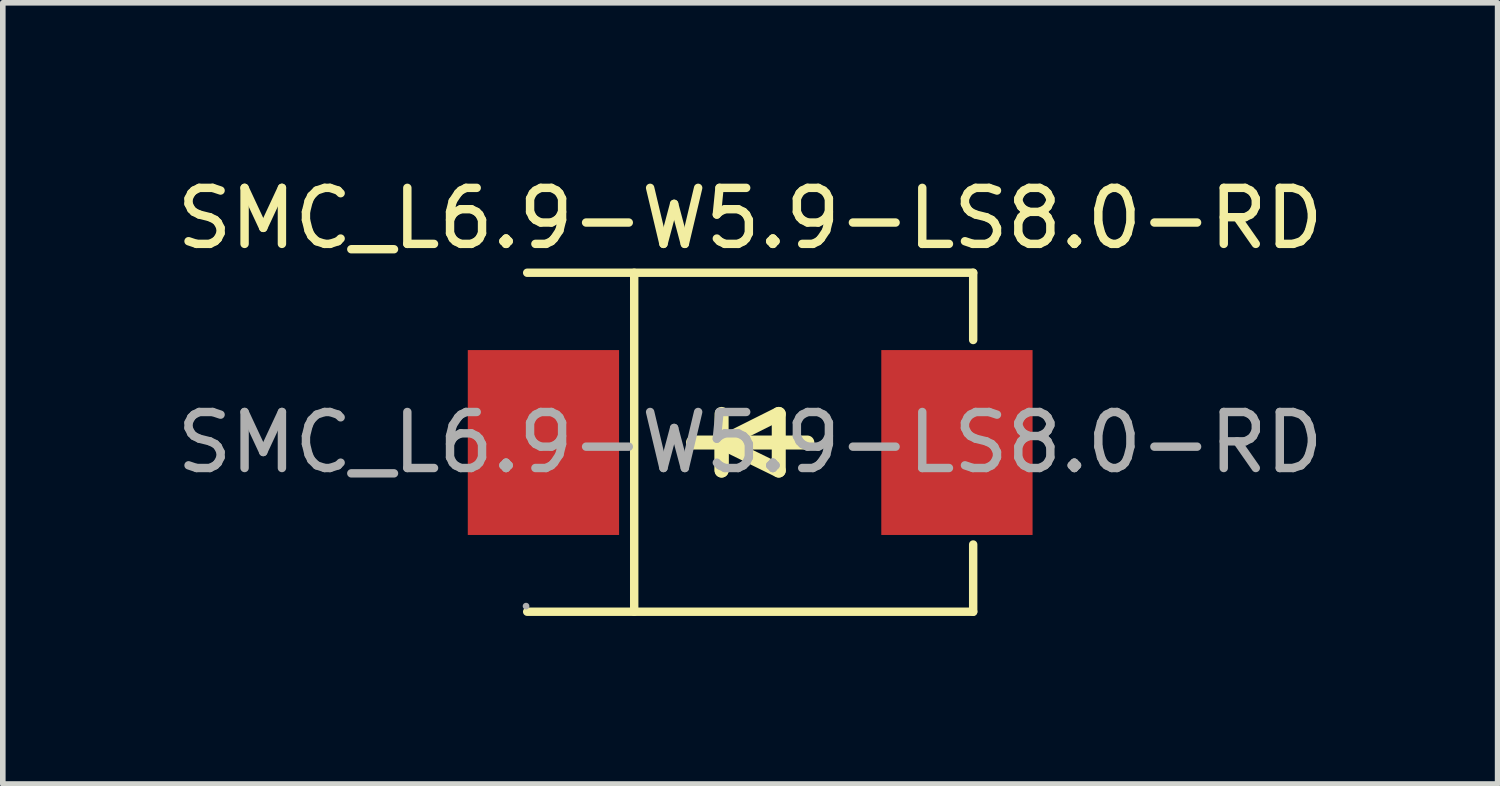
<source format=kicad_pcb>
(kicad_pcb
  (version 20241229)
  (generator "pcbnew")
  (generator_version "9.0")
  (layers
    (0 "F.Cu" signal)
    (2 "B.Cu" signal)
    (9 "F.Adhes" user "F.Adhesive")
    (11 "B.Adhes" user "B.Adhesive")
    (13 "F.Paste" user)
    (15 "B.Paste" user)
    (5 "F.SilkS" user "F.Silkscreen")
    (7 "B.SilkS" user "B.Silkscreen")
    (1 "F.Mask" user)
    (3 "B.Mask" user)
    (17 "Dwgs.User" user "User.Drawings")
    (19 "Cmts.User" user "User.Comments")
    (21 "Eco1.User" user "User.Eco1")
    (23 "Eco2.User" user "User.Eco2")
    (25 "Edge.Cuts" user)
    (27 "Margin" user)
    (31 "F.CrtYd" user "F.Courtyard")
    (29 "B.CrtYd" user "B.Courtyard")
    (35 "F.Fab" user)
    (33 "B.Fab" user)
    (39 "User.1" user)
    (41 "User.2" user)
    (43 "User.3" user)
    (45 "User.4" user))
  (footprint "SMC_L6.9-W5.9-LS8.0-RD"
    (layer "F.Cu")
    (at 10.339 4.848)
    (property "Reference" "SMC_L6.9-W5.9-LS8.0-RD" (at 0 -4 0) (layer "F.SilkS") (effects (font (size 1 1) (thickness 0.15))))
    (attr smd)
    (fp_line (start -3.98 -3.03) (end 3.98 -3.03) (stroke (width 0.15) (type solid)) (layer "F.SilkS"))
    (fp_line (start -3.98 3.02) (end 3.98 3.02) (stroke (width 0.15) (type solid)) (layer "F.SilkS"))
    (fp_line (start -2.07 -3.03) (end -2.07 3.02) (stroke (width 0.15) (type solid)) (layer "F.SilkS"))
    (fp_line (start -0.51 0) (end -0.51 0.5) (stroke (width 0.25) (type solid)) (layer "F.SilkS"))
    (fp_line (start -0.51 0) (end 0.51 0.5) (stroke (width 0.25) (type solid)) (layer "F.SilkS"))
    (fp_line (start -0.51 0.5) (end -0.51 -0.51) (stroke (width 0.25) (type solid)) (layer "F.SilkS"))
    (fp_line (start 0.51 -0.51) (end -0.51 0) (stroke (width 0.25) (type solid)) (layer "F.SilkS"))
    (fp_line (start 0.51 0.5) (end 0.51 -0.51) (stroke (width 0.25) (type solid)) (layer "F.SilkS"))
    (fp_line (start 1.02 0) (end -1.02 0) (stroke (width 0.25) (type solid)) (layer "F.SilkS"))
    (fp_line (start 3.98 -3.03) (end 3.98 -1.83) (stroke (width 0.15) (type solid)) (layer "F.SilkS"))
    (fp_line (start 3.98 3.02) (end 3.98 1.82) (stroke (width 0.15) (type solid)) (layer "F.SilkS"))
    (fp_circle (center -4 2.92) (end -3.97 2.92) (stroke (width 0.06) (type solid)) (fill no) (layer "F.Fab"))
    (fp_text user "${REFERENCE}" (at 0 0 0) (layer "F.Fab") (effects (font (size 1 1) (thickness 0.15))))
    (pad "1" smd rect (at -3.69 0 180) (size 2.7 3.3) (layers "F.Cu" "F.Mask" "F.Paste"))
    (pad "2" smd rect (at 3.69 0 180) (size 2.7 3.3) (layers "F.Cu" "F.Mask" "F.Paste")))
  (gr_rect
    (start -3 -3)
    (end 23.679 10.943)
    (stroke (width 0.1) (type default))
    (fill no)
    (layer "Edge.Cuts")))
</source>
